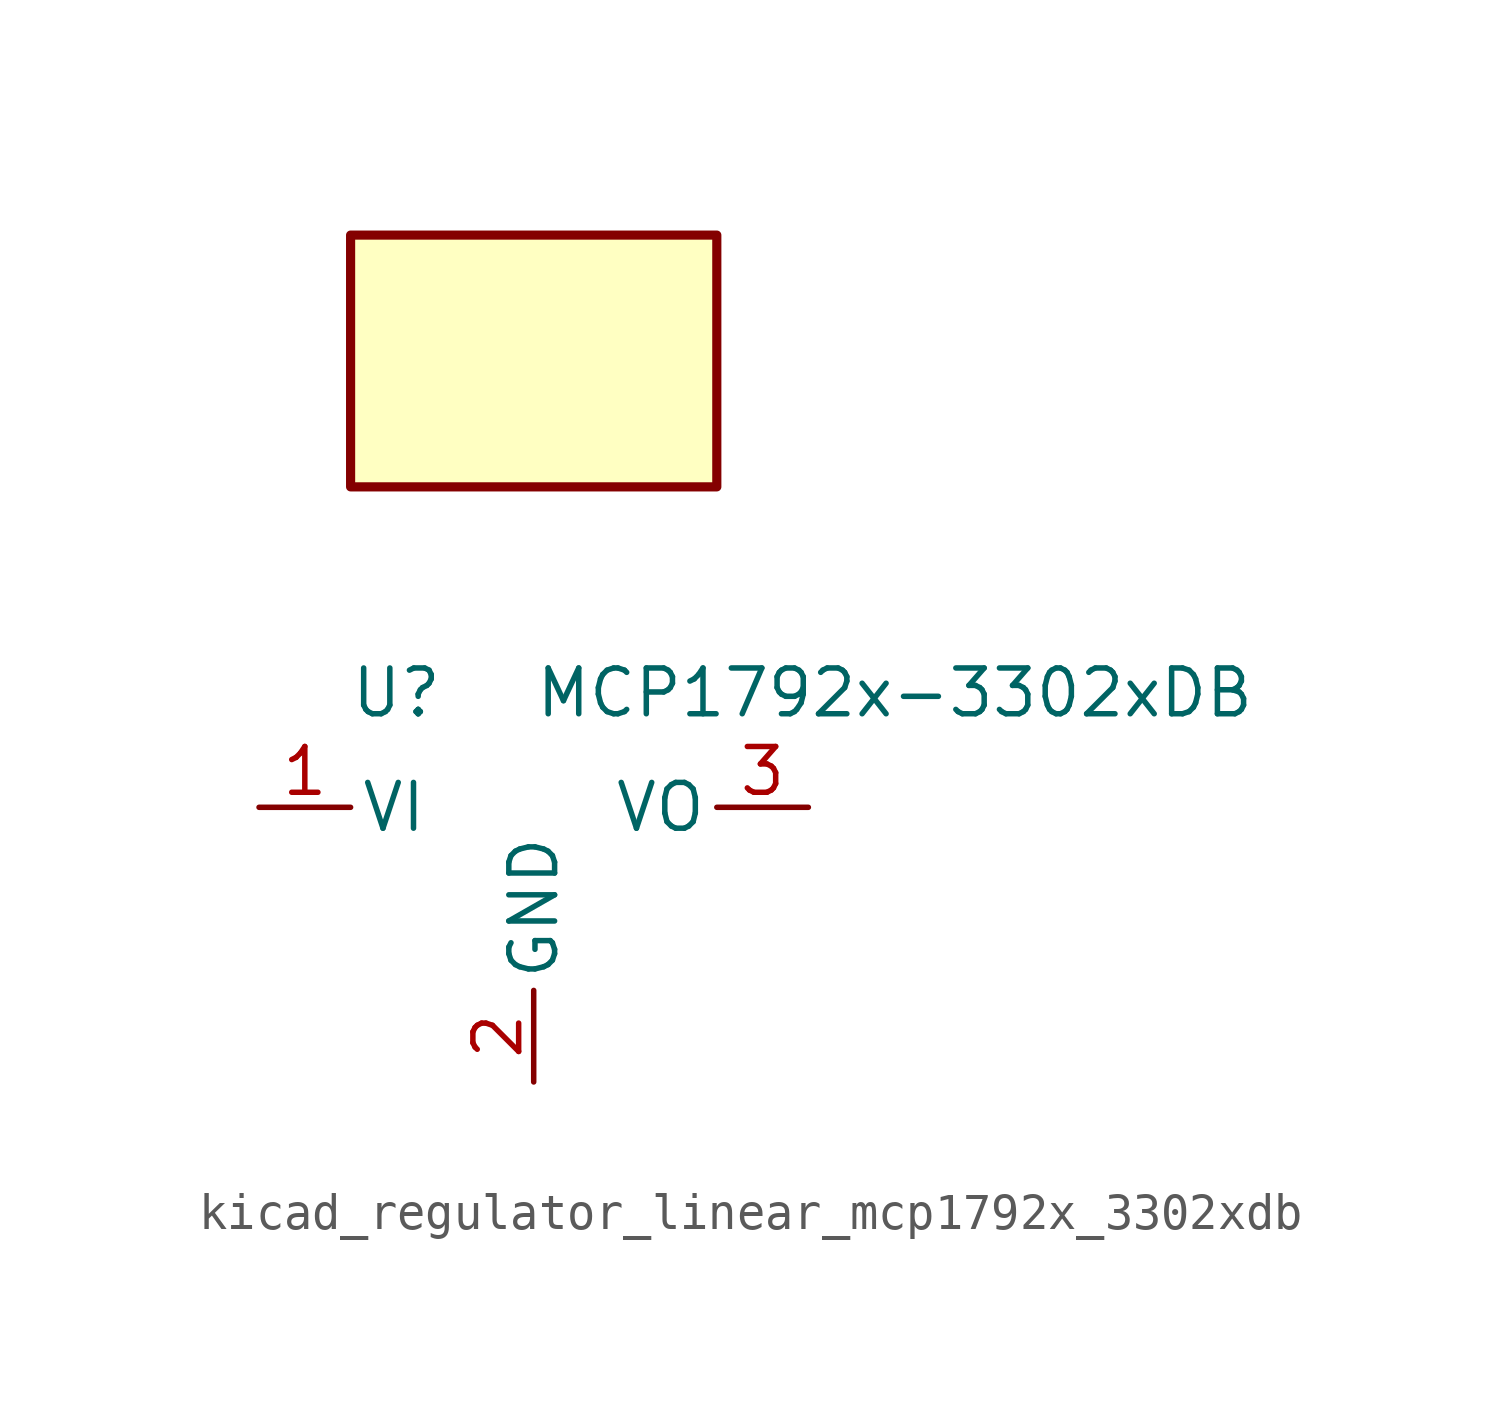
<source format=kicad_sym>
(kicad_symbol_lib
  (version 20220914)
  (generator kicad_symbol_editor)
  (symbol "kicad_regulator_linear_mcp1792x_3302xdb"
    (pin_names
      (offset 0.254))
    (property "Reference" "U"
      (at -3.81 3.175 0)
      (effects (font (size 1.27 1.27))))
    (property "Value" "MCP1792x-3302xDB"
      (at 0 3.175 0)
      (effects (font (size 1.27 1.27)) (justify left)))
    (symbol "kicad_regulator_linear_mcp1792x_3302xdb_0_1"
      (rectangle (start 5.08 15.875) (end -5.08 8.89) (stroke (width 0.254) (type default)) (fill (type background))))
    (symbol "kicad_regulator_linear_mcp1792x_3302xdb_1_1"
      (pin power_in line (at -7.62 0 0) (length 2.54) (name "VI" (effects (font (size 1.27 1.27)))) (number "1" (effects (font (size 1.27 1.27)))))
      (pin power_in line (at 0 -7.62 90) (length 2.54) (name "GND" (effects (font (size 1.27 1.27)))) (number "2" (effects (font (size 1.27 1.27)))))
      (pin power_out line (at 7.62 0 180) (length 2.54) (name "VO" (effects (font (size 1.27 1.27)))) (number "3" (effects (font (size 1.27 1.27))))))))
</source>
